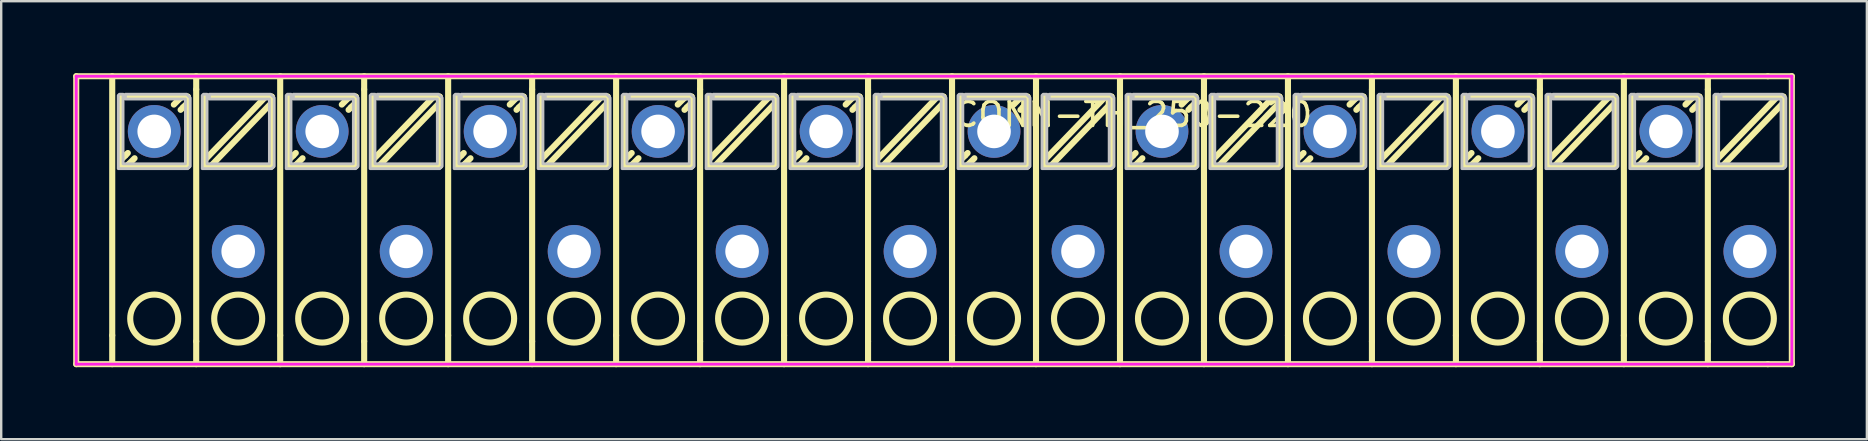
<source format=kicad_pcb>
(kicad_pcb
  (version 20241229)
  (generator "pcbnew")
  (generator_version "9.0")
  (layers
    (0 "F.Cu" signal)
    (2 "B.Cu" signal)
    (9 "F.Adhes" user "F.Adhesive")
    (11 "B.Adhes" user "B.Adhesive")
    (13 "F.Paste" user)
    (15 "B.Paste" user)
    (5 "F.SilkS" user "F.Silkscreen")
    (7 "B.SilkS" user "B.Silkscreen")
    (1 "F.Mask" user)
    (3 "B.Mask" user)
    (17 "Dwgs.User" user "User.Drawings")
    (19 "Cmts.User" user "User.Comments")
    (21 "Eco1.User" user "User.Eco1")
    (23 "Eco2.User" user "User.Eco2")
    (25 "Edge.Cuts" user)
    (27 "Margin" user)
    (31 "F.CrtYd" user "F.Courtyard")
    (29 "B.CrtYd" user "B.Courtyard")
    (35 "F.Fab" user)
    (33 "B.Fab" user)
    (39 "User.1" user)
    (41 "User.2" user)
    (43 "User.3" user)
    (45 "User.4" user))
  (footprint "CONN-TH_250-220"
    (layer "F.Cu")
    (at 36.627 4.927)
    (property "Reference" "CONN-TH_250-220" (at 0 -3.207 0) (layer "F.SilkS") (effects (font (size 1 1) (thickness 0.15)) (justify left)))
    (attr through_hole)
    (fp_line (start -36.5 -4.8) (end 34 -4.8) (stroke (width 0.254) (type solid)) (layer "F.SilkS"))
    (fp_line (start -36.5 7.2) (end -36.5 -4.8) (stroke (width 0.254) (type solid)) (layer "F.SilkS"))
    (fp_line (start -36.5 7.2) (end 34 7.2) (stroke (width 0.254) (type solid)) (layer "F.SilkS"))
    (fp_line (start -35 6) (end -35 -4.8) (stroke (width 0.254) (type solid)) (layer "F.SilkS"))
    (fp_line (start -35 6) (end -35 7.2) (stroke (width 0.254) (type solid)) (layer "F.SilkS"))
    (fp_line (start -34.65 -3.95) (end -31.85 -3.95) (stroke (width 0.254) (type solid)) (layer "F.SilkS"))
    (fp_line (start -34.65 -1.05) (end -34.65 -3.95) (stroke (width 0.254) (type solid)) (layer "F.SilkS"))
    (fp_line (start -34.45 -1.5) (end -34.614 -1.336) (stroke (width 0.254) (type solid)) (layer "F.SilkS"))
    (fp_line (start -34.35 -1.6) (end -34.45 -1.5) (stroke (width 0.254) (type solid)) (layer "F.SilkS"))
    (fp_line (start -34.35 -1.1) (end -34.068 -1.382) (stroke (width 0.254) (type solid)) (layer "F.SilkS"))
    (fp_line (start -34.332 -1.118) (end -34.35 -1.1) (stroke (width 0.254) (type solid)) (layer "F.SilkS"))
    (fp_line (start -32.168 -3.882) (end -32.15 -3.9) (stroke (width 0.254) (type solid)) (layer "F.SilkS"))
    (fp_line (start -32.15 -3.9) (end -32.432 -3.618) (stroke (width 0.254) (type solid)) (layer "F.SilkS"))
    (fp_line (start -32.15 -3.4) (end -32.05 -3.5) (stroke (width 0.254) (type solid)) (layer "F.SilkS"))
    (fp_line (start -32.05 -3.5) (end -31.886 -3.664) (stroke (width 0.254) (type solid)) (layer "F.SilkS"))
    (fp_line (start -31.85 -3.95) (end -31.85 -1.05) (stroke (width 0.254) (type solid)) (layer "F.SilkS"))
    (fp_line (start -31.85 -1.05) (end -34.65 -1.05) (stroke (width 0.254) (type solid)) (layer "F.SilkS"))
    (fp_line (start -31.5 -4.25) (end -31.5 -4.8) (stroke (width 0.254) (type solid)) (layer "F.SilkS"))
    (fp_line (start -31.5 -4.25) (end -31.5 6.25) (stroke (width 0.254) (type solid)) (layer "F.SilkS"))
    (fp_line (start -31.5 6.25) (end -31.5 7.2) (stroke (width 0.254) (type solid)) (layer "F.SilkS"))
    (fp_line (start -31.15 -3.95) (end -28.35 -3.95) (stroke (width 0.254) (type solid)) (layer "F.SilkS"))
    (fp_line (start -31.15 -1.05) (end -31.15 -3.95) (stroke (width 0.254) (type solid)) (layer "F.SilkS"))
    (fp_line (start -30.85 -1.1) (end -28.35 -3.7) (stroke (width 0.254) (type solid)) (layer "F.SilkS"))
    (fp_line (start -28.65 -3.9) (end -31.15 -1.3) (stroke (width 0.254) (type solid)) (layer "F.SilkS"))
    (fp_line (start -28.35 -3.95) (end -28.35 -1.05) (stroke (width 0.254) (type solid)) (layer "F.SilkS"))
    (fp_line (start -28.35 -3.7) (end -28.351 -3.701) (stroke (width 0.254) (type solid)) (layer "F.SilkS"))
    (fp_line (start -28.35 -1.05) (end -31.15 -1.05) (stroke (width 0.254) (type solid)) (layer "F.SilkS"))
    (fp_line (start -28 6) (end -28 -4.8) (stroke (width 0.254) (type solid)) (layer "F.SilkS"))
    (fp_line (start -28 6) (end -28 7.2) (stroke (width 0.254) (type solid)) (layer "F.SilkS"))
    (fp_line (start -27.65 -3.95) (end -24.85 -3.95) (stroke (width 0.254) (type solid)) (layer "F.SilkS"))
    (fp_line (start -27.65 -1.05) (end -27.65 -3.95) (stroke (width 0.254) (type solid)) (layer "F.SilkS"))
    (fp_line (start -27.45 -1.5) (end -27.614 -1.336) (stroke (width 0.254) (type solid)) (layer "F.SilkS"))
    (fp_line (start -27.35 -1.6) (end -27.45 -1.5) (stroke (width 0.254) (type solid)) (layer "F.SilkS"))
    (fp_line (start -27.35 -1.1) (end -27.068 -1.382) (stroke (width 0.254) (type solid)) (layer "F.SilkS"))
    (fp_line (start -27.332 -1.118) (end -27.35 -1.1) (stroke (width 0.254) (type solid)) (layer "F.SilkS"))
    (fp_line (start -25.168 -3.882) (end -25.15 -3.9) (stroke (width 0.254) (type solid)) (layer "F.SilkS"))
    (fp_line (start -25.15 -3.9) (end -25.432 -3.618) (stroke (width 0.254) (type solid)) (layer "F.SilkS"))
    (fp_line (start -25.15 -3.4) (end -25.05 -3.5) (stroke (width 0.254) (type solid)) (layer "F.SilkS"))
    (fp_line (start -25.05 -3.5) (end -24.886 -3.664) (stroke (width 0.254) (type solid)) (layer "F.SilkS"))
    (fp_line (start -24.85 -3.95) (end -24.85 -1.05) (stroke (width 0.254) (type solid)) (layer "F.SilkS"))
    (fp_line (start -24.85 -1.05) (end -27.65 -1.05) (stroke (width 0.254) (type solid)) (layer "F.SilkS"))
    (fp_line (start -24.5 -4.25) (end -24.5 -4.8) (stroke (width 0.254) (type solid)) (layer "F.SilkS"))
    (fp_line (start -24.5 -4.25) (end -24.5 6.25) (stroke (width 0.254) (type solid)) (layer "F.SilkS"))
    (fp_line (start -24.5 6.25) (end -24.5 7.2) (stroke (width 0.254) (type solid)) (layer "F.SilkS"))
    (fp_line (start -24.15 -3.95) (end -21.35 -3.95) (stroke (width 0.254) (type solid)) (layer "F.SilkS"))
    (fp_line (start -24.15 -1.05) (end -24.15 -3.95) (stroke (width 0.254) (type solid)) (layer "F.SilkS"))
    (fp_line (start -23.85 -1.1) (end -21.35 -3.7) (stroke (width 0.254) (type solid)) (layer "F.SilkS"))
    (fp_line (start -21.65 -3.9) (end -24.15 -1.3) (stroke (width 0.254) (type solid)) (layer "F.SilkS"))
    (fp_line (start -21.35 -3.95) (end -21.35 -1.05) (stroke (width 0.254) (type solid)) (layer "F.SilkS"))
    (fp_line (start -21.35 -3.7) (end -21.351 -3.701) (stroke (width 0.254) (type solid)) (layer "F.SilkS"))
    (fp_line (start -21.35 -1.05) (end -24.15 -1.05) (stroke (width 0.254) (type solid)) (layer "F.SilkS"))
    (fp_line (start -21 6) (end -21 -4.8) (stroke (width 0.254) (type solid)) (layer "F.SilkS"))
    (fp_line (start -21 6) (end -21 7.2) (stroke (width 0.254) (type solid)) (layer "F.SilkS"))
    (fp_line (start -20.65 -3.95) (end -17.85 -3.95) (stroke (width 0.254) (type solid)) (layer "F.SilkS"))
    (fp_line (start -20.65 -1.05) (end -20.65 -3.95) (stroke (width 0.254) (type solid)) (layer "F.SilkS"))
    (fp_line (start -20.45 -1.5) (end -20.614 -1.336) (stroke (width 0.254) (type solid)) (layer "F.SilkS"))
    (fp_line (start -20.35 -1.6) (end -20.45 -1.5) (stroke (width 0.254) (type solid)) (layer "F.SilkS"))
    (fp_line (start -20.35 -1.1) (end -20.068 -1.382) (stroke (width 0.254) (type solid)) (layer "F.SilkS"))
    (fp_line (start -20.332 -1.118) (end -20.35 -1.1) (stroke (width 0.254) (type solid)) (layer "F.SilkS"))
    (fp_line (start -18.168 -3.882) (end -18.15 -3.9) (stroke (width 0.254) (type solid)) (layer "F.SilkS"))
    (fp_line (start -18.15 -3.9) (end -18.432 -3.618) (stroke (width 0.254) (type solid)) (layer "F.SilkS"))
    (fp_line (start -18.15 -3.4) (end -18.05 -3.5) (stroke (width 0.254) (type solid)) (layer "F.SilkS"))
    (fp_line (start -18.05 -3.5) (end -17.886 -3.664) (stroke (width 0.254) (type solid)) (layer "F.SilkS"))
    (fp_line (start -17.85 -3.95) (end -17.85 -1.05) (stroke (width 0.254) (type solid)) (layer "F.SilkS"))
    (fp_line (start -17.85 -1.05) (end -20.65 -1.05) (stroke (width 0.254) (type solid)) (layer "F.SilkS"))
    (fp_line (start -17.5 -4.25) (end -17.5 -4.8) (stroke (width 0.254) (type solid)) (layer "F.SilkS"))
    (fp_line (start -17.5 -4.25) (end -17.5 6.25) (stroke (width 0.254) (type solid)) (layer "F.SilkS"))
    (fp_line (start -17.5 6.25) (end -17.5 7.2) (stroke (width 0.254) (type solid)) (layer "F.SilkS"))
    (fp_line (start -17.15 -3.95) (end -14.35 -3.95) (stroke (width 0.254) (type solid)) (layer "F.SilkS"))
    (fp_line (start -17.15 -1.05) (end -17.15 -3.95) (stroke (width 0.254) (type solid)) (layer "F.SilkS"))
    (fp_line (start -16.85 -1.1) (end -14.35 -3.7) (stroke (width 0.254) (type solid)) (layer "F.SilkS"))
    (fp_line (start -14.65 -3.9) (end -17.15 -1.3) (stroke (width 0.254) (type solid)) (layer "F.SilkS"))
    (fp_line (start -14.35 -3.95) (end -14.35 -1.05) (stroke (width 0.254) (type solid)) (layer "F.SilkS"))
    (fp_line (start -14.35 -3.7) (end -14.351 -3.701) (stroke (width 0.254) (type solid)) (layer "F.SilkS"))
    (fp_line (start -14.35 -1.05) (end -17.15 -1.05) (stroke (width 0.254) (type solid)) (layer "F.SilkS"))
    (fp_line (start -14 6) (end -14 -4.8) (stroke (width 0.254) (type solid)) (layer "F.SilkS"))
    (fp_line (start -14 6) (end -14 7.2) (stroke (width 0.254) (type solid)) (layer "F.SilkS"))
    (fp_line (start -13.65 -3.95) (end -10.85 -3.95) (stroke (width 0.254) (type solid)) (layer "F.SilkS"))
    (fp_line (start -13.65 -1.05) (end -13.65 -3.95) (stroke (width 0.254) (type solid)) (layer "F.SilkS"))
    (fp_line (start -13.45 -1.5) (end -13.614 -1.336) (stroke (width 0.254) (type solid)) (layer "F.SilkS"))
    (fp_line (start -13.35 -1.6) (end -13.45 -1.5) (stroke (width 0.254) (type solid)) (layer "F.SilkS"))
    (fp_line (start -13.35 -1.1) (end -13.068 -1.382) (stroke (width 0.254) (type solid)) (layer "F.SilkS"))
    (fp_line (start -13.332 -1.118) (end -13.35 -1.1) (stroke (width 0.254) (type solid)) (layer "F.SilkS"))
    (fp_line (start -11.168 -3.882) (end -11.15 -3.9) (stroke (width 0.254) (type solid)) (layer "F.SilkS"))
    (fp_line (start -11.15 -3.9) (end -11.432 -3.618) (stroke (width 0.254) (type solid)) (layer "F.SilkS"))
    (fp_line (start -11.15 -3.4) (end -11.05 -3.5) (stroke (width 0.254) (type solid)) (layer "F.SilkS"))
    (fp_line (start -11.05 -3.5) (end -10.886 -3.664) (stroke (width 0.254) (type solid)) (layer "F.SilkS"))
    (fp_line (start -10.85 -3.95) (end -10.85 -1.05) (stroke (width 0.254) (type solid)) (layer "F.SilkS"))
    (fp_line (start -10.85 -1.05) (end -13.65 -1.05) (stroke (width 0.254) (type solid)) (layer "F.SilkS"))
    (fp_line (start -10.5 -4.25) (end -10.5 -4.8) (stroke (width 0.254) (type solid)) (layer "F.SilkS"))
    (fp_line (start -10.5 -4.25) (end -10.5 6.25) (stroke (width 0.254) (type solid)) (layer "F.SilkS"))
    (fp_line (start -10.5 6.25) (end -10.5 7.2) (stroke (width 0.254) (type solid)) (layer "F.SilkS"))
    (fp_line (start -10.15 -3.95) (end -7.35 -3.95) (stroke (width 0.254) (type solid)) (layer "F.SilkS"))
    (fp_line (start -10.15 -1.05) (end -10.15 -3.95) (stroke (width 0.254) (type solid)) (layer "F.SilkS"))
    (fp_line (start -9.85 -1.1) (end -7.35 -3.7) (stroke (width 0.254) (type solid)) (layer "F.SilkS"))
    (fp_line (start -7.65 -3.9) (end -10.15 -1.3) (stroke (width 0.254) (type solid)) (layer "F.SilkS"))
    (fp_line (start -7.35 -3.95) (end -7.35 -1.05) (stroke (width 0.254) (type solid)) (layer "F.SilkS"))
    (fp_line (start -7.35 -3.7) (end -7.351 -3.701) (stroke (width 0.254) (type solid)) (layer "F.SilkS"))
    (fp_line (start -7.35 -1.05) (end -10.15 -1.05) (stroke (width 0.254) (type solid)) (layer "F.SilkS"))
    (fp_line (start -7 6) (end -7 -4.8) (stroke (width 0.254) (type solid)) (layer "F.SilkS"))
    (fp_line (start -7 6) (end -7 7.2) (stroke (width 0.254) (type solid)) (layer "F.SilkS"))
    (fp_line (start -6.65 -3.95) (end -3.85 -3.95) (stroke (width 0.254) (type solid)) (layer "F.SilkS"))
    (fp_line (start -6.65 -1.05) (end -6.65 -3.95) (stroke (width 0.254) (type solid)) (layer "F.SilkS"))
    (fp_line (start -6.45 -1.5) (end -6.614 -1.336) (stroke (width 0.254) (type solid)) (layer "F.SilkS"))
    (fp_line (start -6.35 -1.6) (end -6.45 -1.5) (stroke (width 0.254) (type solid)) (layer "F.SilkS"))
    (fp_line (start -6.35 -1.1) (end -6.068 -1.382) (stroke (width 0.254) (type solid)) (layer "F.SilkS"))
    (fp_line (start -6.332 -1.118) (end -6.35 -1.1) (stroke (width 0.254) (type solid)) (layer "F.SilkS"))
    (fp_line (start -4.168 -3.882) (end -4.15 -3.9) (stroke (width 0.254) (type solid)) (layer "F.SilkS"))
    (fp_line (start -4.15 -3.9) (end -4.432 -3.618) (stroke (width 0.254) (type solid)) (layer "F.SilkS"))
    (fp_line (start -4.15 -3.4) (end -4.05 -3.5) (stroke (width 0.254) (type solid)) (layer "F.SilkS"))
    (fp_line (start -4.05 -3.5) (end -3.886 -3.664) (stroke (width 0.254) (type solid)) (layer "F.SilkS"))
    (fp_line (start -3.85 -3.95) (end -3.85 -1.05) (stroke (width 0.254) (type solid)) (layer "F.SilkS"))
    (fp_line (start -3.85 -1.05) (end -6.65 -1.05) (stroke (width 0.254) (type solid)) (layer "F.SilkS"))
    (fp_line (start -3.5 -4.25) (end -3.5 -4.8) (stroke (width 0.254) (type solid)) (layer "F.SilkS"))
    (fp_line (start -3.5 -4.25) (end -3.5 6.25) (stroke (width 0.254) (type solid)) (layer "F.SilkS"))
    (fp_line (start -3.5 6.25) (end -3.5 7.2) (stroke (width 0.254) (type solid)) (layer "F.SilkS"))
    (fp_line (start -3.15 -3.95) (end -0.35 -3.95) (stroke (width 0.254) (type solid)) (layer "F.SilkS"))
    (fp_line (start -3.15 -1.05) (end -3.15 -3.95) (stroke (width 0.254) (type solid)) (layer "F.SilkS"))
    (fp_line (start -2.85 -1.1) (end -0.35 -3.7) (stroke (width 0.254) (type solid)) (layer "F.SilkS"))
    (fp_line (start -0.65 -3.9) (end -3.15 -1.3) (stroke (width 0.254) (type solid)) (layer "F.SilkS"))
    (fp_line (start -0.35 -3.95) (end -0.35 -1.05) (stroke (width 0.254) (type solid)) (layer "F.SilkS"))
    (fp_line (start -0.35 -3.7) (end -0.351 -3.701) (stroke (width 0.254) (type solid)) (layer "F.SilkS"))
    (fp_line (start -0.35 -1.05) (end -3.15 -1.05) (stroke (width 0.254) (type solid)) (layer "F.SilkS"))
    (fp_line (start 0 6) (end 0 -4.8) (stroke (width 0.254) (type solid)) (layer "F.SilkS"))
    (fp_line (start 0 6) (end 0 7.2) (stroke (width 0.254) (type solid)) (layer "F.SilkS"))
    (fp_line (start 0.35 -3.95) (end 3.15 -3.95) (stroke (width 0.254) (type solid)) (layer "F.SilkS"))
    (fp_line (start 0.35 -1.05) (end 0.35 -3.95) (stroke (width 0.254) (type solid)) (layer "F.SilkS"))
    (fp_line (start 0.55 -1.5) (end 0.386 -1.336) (stroke (width 0.254) (type solid)) (layer "F.SilkS"))
    (fp_line (start 0.65 -1.6) (end 0.55 -1.5) (stroke (width 0.254) (type solid)) (layer "F.SilkS"))
    (fp_line (start 0.65 -1.1) (end 0.932 -1.382) (stroke (width 0.254) (type solid)) (layer "F.SilkS"))
    (fp_line (start 0.668 -1.118) (end 0.65 -1.1) (stroke (width 0.254) (type solid)) (layer "F.SilkS"))
    (fp_line (start 2.832 -3.882) (end 2.85 -3.9) (stroke (width 0.254) (type solid)) (layer "F.SilkS"))
    (fp_line (start 2.85 -3.9) (end 2.568 -3.618) (stroke (width 0.254) (type solid)) (layer "F.SilkS"))
    (fp_line (start 2.85 -3.4) (end 2.95 -3.5) (stroke (width 0.254) (type solid)) (layer "F.SilkS"))
    (fp_line (start 2.95 -3.5) (end 3.114 -3.664) (stroke (width 0.254) (type solid)) (layer "F.SilkS"))
    (fp_line (start 3.15 -3.95) (end 3.15 -1.05) (stroke (width 0.254) (type solid)) (layer "F.SilkS"))
    (fp_line (start 3.15 -1.05) (end 0.35 -1.05) (stroke (width 0.254) (type solid)) (layer "F.SilkS"))
    (fp_line (start 3.5 -4.25) (end 3.5 -4.8) (stroke (width 0.254) (type solid)) (layer "F.SilkS"))
    (fp_line (start 3.5 -4.25) (end 3.5 6.25) (stroke (width 0.254) (type solid)) (layer "F.SilkS"))
    (fp_line (start 3.5 6.25) (end 3.5 7.2) (stroke (width 0.254) (type solid)) (layer "F.SilkS"))
    (fp_line (start 3.85 -3.95) (end 6.65 -3.95) (stroke (width 0.254) (type solid)) (layer "F.SilkS"))
    (fp_line (start 3.85 -1.05) (end 3.85 -3.95) (stroke (width 0.254) (type solid)) (layer "F.SilkS"))
    (fp_line (start 4.15 -1.1) (end 6.65 -3.7) (stroke (width 0.254) (type solid)) (layer "F.SilkS"))
    (fp_line (start 6.35 -3.9) (end 3.85 -1.3) (stroke (width 0.254) (type solid)) (layer "F.SilkS"))
    (fp_line (start 6.65 -3.95) (end 6.65 -1.05) (stroke (width 0.254) (type solid)) (layer "F.SilkS"))
    (fp_line (start 6.65 -3.7) (end 6.649 -3.701) (stroke (width 0.254) (type solid)) (layer "F.SilkS"))
    (fp_line (start 6.65 -1.05) (end 3.85 -1.05) (stroke (width 0.254) (type solid)) (layer "F.SilkS"))
    (fp_line (start 7 6) (end 7 -4.8) (stroke (width 0.254) (type solid)) (layer "F.SilkS"))
    (fp_line (start 7 6) (end 7 7.2) (stroke (width 0.254) (type solid)) (layer "F.SilkS"))
    (fp_line (start 7.35 -3.95) (end 10.15 -3.95) (stroke (width 0.254) (type solid)) (layer "F.SilkS"))
    (fp_line (start 7.35 -1.05) (end 7.35 -3.95) (stroke (width 0.254) (type solid)) (layer "F.SilkS"))
    (fp_line (start 7.55 -1.5) (end 7.386 -1.336) (stroke (width 0.254) (type solid)) (layer "F.SilkS"))
    (fp_line (start 7.65 -1.6) (end 7.55 -1.5) (stroke (width 0.254) (type solid)) (layer "F.SilkS"))
    (fp_line (start 7.65 -1.1) (end 7.932 -1.382) (stroke (width 0.254) (type solid)) (layer "F.SilkS"))
    (fp_line (start 7.668 -1.118) (end 7.65 -1.1) (stroke (width 0.254) (type solid)) (layer "F.SilkS"))
    (fp_line (start 9.832 -3.882) (end 9.85 -3.9) (stroke (width 0.254) (type solid)) (layer "F.SilkS"))
    (fp_line (start 9.85 -3.9) (end 9.568 -3.618) (stroke (width 0.254) (type solid)) (layer "F.SilkS"))
    (fp_line (start 9.85 -3.4) (end 9.95 -3.5) (stroke (width 0.254) (type solid)) (layer "F.SilkS"))
    (fp_line (start 9.95 -3.5) (end 10.114 -3.664) (stroke (width 0.254) (type solid)) (layer "F.SilkS"))
    (fp_line (start 10.15 -3.95) (end 10.15 -1.05) (stroke (width 0.254) (type solid)) (layer "F.SilkS"))
    (fp_line (start 10.15 -1.05) (end 7.35 -1.05) (stroke (width 0.254) (type solid)) (layer "F.SilkS"))
    (fp_line (start 10.5 -4.25) (end 10.5 -4.8) (stroke (width 0.254) (type solid)) (layer "F.SilkS"))
    (fp_line (start 10.5 -4.25) (end 10.5 6.25) (stroke (width 0.254) (type solid)) (layer "F.SilkS"))
    (fp_line (start 10.5 6.25) (end 10.5 7.2) (stroke (width 0.254) (type solid)) (layer "F.SilkS"))
    (fp_line (start 10.85 -3.95) (end 13.65 -3.95) (stroke (width 0.254) (type solid)) (layer "F.SilkS"))
    (fp_line (start 10.85 -1.05) (end 10.85 -3.95) (stroke (width 0.254) (type solid)) (layer "F.SilkS"))
    (fp_line (start 11.15 -1.1) (end 13.65 -3.7) (stroke (width 0.254) (type solid)) (layer "F.SilkS"))
    (fp_line (start 13.35 -3.9) (end 10.85 -1.3) (stroke (width 0.254) (type solid)) (layer "F.SilkS"))
    (fp_line (start 13.65 -3.95) (end 13.65 -1.05) (stroke (width 0.254) (type solid)) (layer "F.SilkS"))
    (fp_line (start 13.65 -3.7) (end 13.649 -3.701) (stroke (width 0.254) (type solid)) (layer "F.SilkS"))
    (fp_line (start 13.65 -1.05) (end 10.85 -1.05) (stroke (width 0.254) (type solid)) (layer "F.SilkS"))
    (fp_line (start 14 6) (end 14 -4.8) (stroke (width 0.254) (type solid)) (layer "F.SilkS"))
    (fp_line (start 14 6) (end 14 7.2) (stroke (width 0.254) (type solid)) (layer "F.SilkS"))
    (fp_line (start 14.35 -3.95) (end 17.15 -3.95) (stroke (width 0.254) (type solid)) (layer "F.SilkS"))
    (fp_line (start 14.35 -1.05) (end 14.35 -3.95) (stroke (width 0.254) (type solid)) (layer "F.SilkS"))
    (fp_line (start 14.55 -1.5) (end 14.386 -1.336) (stroke (width 0.254) (type solid)) (layer "F.SilkS"))
    (fp_line (start 14.65 -1.6) (end 14.55 -1.5) (stroke (width 0.254) (type solid)) (layer "F.SilkS"))
    (fp_line (start 14.65 -1.1) (end 14.932 -1.382) (stroke (width 0.254) (type solid)) (layer "F.SilkS"))
    (fp_line (start 14.668 -1.118) (end 14.65 -1.1) (stroke (width 0.254) (type solid)) (layer "F.SilkS"))
    (fp_line (start 16.832 -3.882) (end 16.85 -3.9) (stroke (width 0.254) (type solid)) (layer "F.SilkS"))
    (fp_line (start 16.85 -3.9) (end 16.568 -3.618) (stroke (width 0.254) (type solid)) (layer "F.SilkS"))
    (fp_line (start 16.85 -3.4) (end 16.95 -3.5) (stroke (width 0.254) (type solid)) (layer "F.SilkS"))
    (fp_line (start 16.95 -3.5) (end 17.114 -3.664) (stroke (width 0.254) (type solid)) (layer "F.SilkS"))
    (fp_line (start 17.15 -3.95) (end 17.15 -1.05) (stroke (width 0.254) (type solid)) (layer "F.SilkS"))
    (fp_line (start 17.15 -1.05) (end 14.35 -1.05) (stroke (width 0.254) (type solid)) (layer "F.SilkS"))
    (fp_line (start 17.5 -4.25) (end 17.5 -4.8) (stroke (width 0.254) (type solid)) (layer "F.SilkS"))
    (fp_line (start 17.5 -4.25) (end 17.5 6.25) (stroke (width 0.254) (type solid)) (layer "F.SilkS"))
    (fp_line (start 17.5 6.25) (end 17.5 7.2) (stroke (width 0.254) (type solid)) (layer "F.SilkS"))
    (fp_line (start 17.85 -3.95) (end 20.65 -3.95) (stroke (width 0.254) (type solid)) (layer "F.SilkS"))
    (fp_line (start 17.85 -1.05) (end 17.85 -3.95) (stroke (width 0.254) (type solid)) (layer "F.SilkS"))
    (fp_line (start 18.15 -1.1) (end 20.65 -3.7) (stroke (width 0.254) (type solid)) (layer "F.SilkS"))
    (fp_line (start 20.35 -3.9) (end 17.85 -1.3) (stroke (width 0.254) (type solid)) (layer "F.SilkS"))
    (fp_line (start 20.65 -3.95) (end 20.65 -1.05) (stroke (width 0.254) (type solid)) (layer "F.SilkS"))
    (fp_line (start 20.65 -3.7) (end 20.649 -3.701) (stroke (width 0.254) (type solid)) (layer "F.SilkS"))
    (fp_line (start 20.65 -1.05) (end 17.85 -1.05) (stroke (width 0.254) (type solid)) (layer "F.SilkS"))
    (fp_line (start 21 6) (end 21 -4.8) (stroke (width 0.254) (type solid)) (layer "F.SilkS"))
    (fp_line (start 21 6) (end 21 7.2) (stroke (width 0.254) (type solid)) (layer "F.SilkS"))
    (fp_line (start 21.35 -3.95) (end 24.15 -3.95) (stroke (width 0.254) (type solid)) (layer "F.SilkS"))
    (fp_line (start 21.35 -1.05) (end 21.35 -3.95) (stroke (width 0.254) (type solid)) (layer "F.SilkS"))
    (fp_line (start 21.55 -1.5) (end 21.386 -1.336) (stroke (width 0.254) (type solid)) (layer "F.SilkS"))
    (fp_line (start 21.65 -1.6) (end 21.55 -1.5) (stroke (width 0.254) (type solid)) (layer "F.SilkS"))
    (fp_line (start 21.65 -1.1) (end 21.932 -1.382) (stroke (width 0.254) (type solid)) (layer "F.SilkS"))
    (fp_line (start 21.668 -1.118) (end 21.65 -1.1) (stroke (width 0.254) (type solid)) (layer "F.SilkS"))
    (fp_line (start 23.832 -3.882) (end 23.85 -3.9) (stroke (width 0.254) (type solid)) (layer "F.SilkS"))
    (fp_line (start 23.85 -3.9) (end 23.568 -3.618) (stroke (width 0.254) (type solid)) (layer "F.SilkS"))
    (fp_line (start 23.85 -3.4) (end 23.95 -3.5) (stroke (width 0.254) (type solid)) (layer "F.SilkS"))
    (fp_line (start 23.95 -3.5) (end 24.114 -3.664) (stroke (width 0.254) (type solid)) (layer "F.SilkS"))
    (fp_line (start 24.15 -3.95) (end 24.15 -1.05) (stroke (width 0.254) (type solid)) (layer "F.SilkS"))
    (fp_line (start 24.15 -1.05) (end 21.35 -1.05) (stroke (width 0.254) (type solid)) (layer "F.SilkS"))
    (fp_line (start 24.5 -4.25) (end 24.5 -4.8) (stroke (width 0.254) (type solid)) (layer "F.SilkS"))
    (fp_line (start 24.5 -4.25) (end 24.5 6.25) (stroke (width 0.254) (type solid)) (layer "F.SilkS"))
    (fp_line (start 24.5 6.25) (end 24.5 7.2) (stroke (width 0.254) (type solid)) (layer "F.SilkS"))
    (fp_line (start 24.85 -3.95) (end 27.65 -3.95) (stroke (width 0.254) (type solid)) (layer "F.SilkS"))
    (fp_line (start 24.85 -1.05) (end 24.85 -3.95) (stroke (width 0.254) (type solid)) (layer "F.SilkS"))
    (fp_line (start 25.15 -1.1) (end 27.65 -3.7) (stroke (width 0.254) (type solid)) (layer "F.SilkS"))
    (fp_line (start 27.35 -3.9) (end 24.85 -1.3) (stroke (width 0.254) (type solid)) (layer "F.SilkS"))
    (fp_line (start 27.65 -3.95) (end 27.65 -1.05) (stroke (width 0.254) (type solid)) (layer "F.SilkS"))
    (fp_line (start 27.65 -3.7) (end 27.649 -3.701) (stroke (width 0.254) (type solid)) (layer "F.SilkS"))
    (fp_line (start 27.65 -1.05) (end 24.85 -1.05) (stroke (width 0.254) (type solid)) (layer "F.SilkS"))
    (fp_line (start 28 6) (end 28 -4.8) (stroke (width 0.254) (type solid)) (layer "F.SilkS"))
    (fp_line (start 28 6) (end 28 7.2) (stroke (width 0.254) (type solid)) (layer "F.SilkS"))
    (fp_line (start 28.35 -3.95) (end 31.15 -3.95) (stroke (width 0.254) (type solid)) (layer "F.SilkS"))
    (fp_line (start 28.35 -1.05) (end 28.35 -3.95) (stroke (width 0.254) (type solid)) (layer "F.SilkS"))
    (fp_line (start 28.55 -1.5) (end 28.386 -1.336) (stroke (width 0.254) (type solid)) (layer "F.SilkS"))
    (fp_line (start 28.65 -1.6) (end 28.55 -1.5) (stroke (width 0.254) (type solid)) (layer "F.SilkS"))
    (fp_line (start 28.65 -1.1) (end 28.932 -1.382) (stroke (width 0.254) (type solid)) (layer "F.SilkS"))
    (fp_line (start 28.668 -1.118) (end 28.65 -1.1) (stroke (width 0.254) (type solid)) (layer "F.SilkS"))
    (fp_line (start 30.832 -3.882) (end 30.85 -3.9) (stroke (width 0.254) (type solid)) (layer "F.SilkS"))
    (fp_line (start 30.85 -3.9) (end 30.568 -3.618) (stroke (width 0.254) (type solid)) (layer "F.SilkS"))
    (fp_line (start 30.85 -3.4) (end 30.95 -3.5) (stroke (width 0.254) (type solid)) (layer "F.SilkS"))
    (fp_line (start 30.95 -3.5) (end 31.114 -3.664) (stroke (width 0.254) (type solid)) (layer "F.SilkS"))
    (fp_line (start 31.15 -3.95) (end 31.15 -1.05) (stroke (width 0.254) (type solid)) (layer "F.SilkS"))
    (fp_line (start 31.15 -1.05) (end 28.35 -1.05) (stroke (width 0.254) (type solid)) (layer "F.SilkS"))
    (fp_line (start 31.5 -4.25) (end 31.5 -4.8) (stroke (width 0.254) (type solid)) (layer "F.SilkS"))
    (fp_line (start 31.5 -4.25) (end 31.5 6.25) (stroke (width 0.254) (type solid)) (layer "F.SilkS"))
    (fp_line (start 31.5 6.25) (end 31.5 7.2) (stroke (width 0.254) (type solid)) (layer "F.SilkS"))
    (fp_line (start 31.85 -3.95) (end 34.65 -3.95) (stroke (width 0.254) (type solid)) (layer "F.SilkS"))
    (fp_line (start 31.85 -1.05) (end 31.85 -3.95) (stroke (width 0.254) (type solid)) (layer "F.SilkS"))
    (fp_line (start 32.15 -1.1) (end 34.65 -3.7) (stroke (width 0.254) (type solid)) (layer "F.SilkS"))
    (fp_line (start 34 -4.8) (end 35 -4.8) (stroke (width 0.254) (type solid)) (layer "F.SilkS"))
    (fp_line (start 34 7.2) (end 35 7.2) (stroke (width 0.254) (type solid)) (layer "F.SilkS"))
    (fp_line (start 34.35 -3.9) (end 31.85 -1.3) (stroke (width 0.254) (type solid)) (layer "F.SilkS"))
    (fp_line (start 34.65 -3.95) (end 34.65 -1.05) (stroke (width 0.254) (type solid)) (layer "F.SilkS"))
    (fp_line (start 34.65 -3.7) (end 34.649 -3.701) (stroke (width 0.254) (type solid)) (layer "F.SilkS"))
    (fp_line (start 34.65 -1.05) (end 31.85 -1.05) (stroke (width 0.254) (type solid)) (layer "F.SilkS"))
    (fp_line (start 35 7.2) (end 35 -4.8) (stroke (width 0.254) (type solid)) (layer "F.SilkS"))
    (fp_circle (center -33.25 5.3) (end -32.25 5.3) (stroke (width 0.254) (type solid)) (fill no) (layer "F.SilkS"))
    (fp_circle (center -29.75 5.3) (end -28.75 5.3) (stroke (width 0.254) (type solid)) (fill no) (layer "F.SilkS"))
    (fp_circle (center -26.25 5.3) (end -25.25 5.3) (stroke (width 0.254) (type solid)) (fill no) (layer "F.SilkS"))
    (fp_circle (center -22.75 5.3) (end -21.75 5.3) (stroke (width 0.254) (type solid)) (fill no) (layer "F.SilkS"))
    (fp_circle (center -19.25 5.3) (end -18.25 5.3) (stroke (width 0.254) (type solid)) (fill no) (layer "F.SilkS"))
    (fp_circle (center -15.75 5.3) (end -14.75 5.3) (stroke (width 0.254) (type solid)) (fill no) (layer "F.SilkS"))
    (fp_circle (center -12.25 5.3) (end -11.25 5.3) (stroke (width 0.254) (type solid)) (fill no) (layer "F.SilkS"))
    (fp_circle (center -8.75 5.3) (end -7.75 5.3) (stroke (width 0.254) (type solid)) (fill no) (layer "F.SilkS"))
    (fp_circle (center -5.25 5.3) (end -4.25 5.3) (stroke (width 0.254) (type solid)) (fill no) (layer "F.SilkS"))
    (fp_circle (center -1.75 5.3) (end -0.75 5.3) (stroke (width 0.254) (type solid)) (fill no) (layer "F.SilkS"))
    (fp_circle (center 1.75 5.3) (end 2.75 5.3) (stroke (width 0.254) (type solid)) (fill no) (layer "F.SilkS"))
    (fp_circle (center 5.25 5.3) (end 6.25 5.3) (stroke (width 0.254) (type solid)) (fill no) (layer "F.SilkS"))
    (fp_circle (center 8.75 5.3) (end 9.75 5.3) (stroke (width 0.254) (type solid)) (fill no) (layer "F.SilkS"))
    (fp_circle (center 12.25 5.3) (end 13.25 5.3) (stroke (width 0.254) (type solid)) (fill no) (layer "F.SilkS"))
    (fp_circle (center 15.75 5.3) (end 16.75 5.3) (stroke (width 0.254) (type solid)) (fill no) (layer "F.SilkS"))
    (fp_circle (center 19.25 5.3) (end 20.25 5.3) (stroke (width 0.254) (type solid)) (fill no) (layer "F.SilkS"))
    (fp_circle (center 22.75 5.3) (end 23.75 5.3) (stroke (width 0.254) (type solid)) (fill no) (layer "F.SilkS"))
    (fp_circle (center 26.25 5.3) (end 27.25 5.3) (stroke (width 0.254) (type solid)) (fill no) (layer "F.SilkS"))
    (fp_circle (center 29.75 5.3) (end 30.75 5.3) (stroke (width 0.254) (type solid)) (fill no) (layer "F.SilkS"))
    (fp_circle (center 33.25 5.3) (end 34.25 5.3) (stroke (width 0.254) (type solid)) (fill no) (layer "F.SilkS"))
    (fp_poly (pts (xy -34.549 -3.85) (xy -34.549 -1.15) (xy -31.949 -1.15) (xy -31.949 -3.85) (xy -34.449 -3.85) (xy -34.449 -4.05) (xy -31.899 -4.05) (xy -31.749 -3.9) (xy -31.749 -1.05) (xy -31.849 -0.95) (xy -34.749 -0.95) (xy -34.749 -4) (xy -34.699 -4.05) (xy -34.549 -4.05)) (stroke (width 0.12) (type solid)) (fill no) (layer "Dwgs.User"))
    (fp_poly (pts (xy -31.049 -3.85) (xy -31.049 -1.149) (xy -28.449 -1.149) (xy -28.449 -3.85) (xy -30.949 -3.85) (xy -30.949 -4.049) (xy -28.399 -4.049) (xy -28.249 -3.9) (xy -28.249 -1.05) (xy -28.349 -0.95) (xy -31.249 -0.95) (xy -31.249 -4) (xy -31.199 -4.049) (xy -31.049 -4.049)) (stroke (width 0.12) (type solid)) (fill no) (layer "Dwgs.User"))
    (fp_poly (pts (xy -27.55 -3.85) (xy -27.55 -1.15) (xy -24.95 -1.15) (xy -24.95 -3.85) (xy -27.45 -3.85) (xy -27.45 -4.05) (xy -24.9 -4.05) (xy -24.75 -3.9) (xy -24.75 -1.05) (xy -24.85 -0.95) (xy -27.75 -0.95) (xy -27.75 -4) (xy -27.7 -4.05) (xy -27.55 -4.05)) (stroke (width 0.12) (type solid)) (fill no) (layer "Dwgs.User"))
    (fp_poly (pts (xy -24.05 -3.85) (xy -24.05 -1.15) (xy -21.45 -1.15) (xy -21.45 -3.85) (xy -23.95 -3.85) (xy -23.95 -4.05) (xy -21.4 -4.05) (xy -21.25 -3.9) (xy -21.25 -1.05) (xy -21.35 -0.95) (xy -24.25 -0.95) (xy -24.25 -4) (xy -24.2 -4.05) (xy -24.05 -4.05)) (stroke (width 0.12) (type solid)) (fill no) (layer "Dwgs.User"))
    (fp_poly (pts (xy -20.55 -3.85) (xy -20.55 -1.15) (xy -17.95 -1.15) (xy -17.95 -3.85) (xy -20.45 -3.85) (xy -20.45 -4.05) (xy -17.9 -4.05) (xy -17.75 -3.9) (xy -17.75 -1.05) (xy -17.85 -0.95) (xy -20.75 -0.95) (xy -20.75 -4) (xy -20.7 -4.05) (xy -20.55 -4.05)) (stroke (width 0.12) (type solid)) (fill no) (layer "Dwgs.User"))
    (fp_poly (pts (xy -17.05 -3.85) (xy -17.05 -1.15) (xy -14.45 -1.15) (xy -14.45 -3.85) (xy -16.95 -3.85) (xy -16.95 -4.05) (xy -14.4 -4.05) (xy -14.25 -3.9) (xy -14.25 -1.05) (xy -14.35 -0.95) (xy -17.25 -0.95) (xy -17.25 -4) (xy -17.2 -4.05) (xy -17.05 -4.05)) (stroke (width 0.12) (type solid)) (fill no) (layer "Dwgs.User"))
    (fp_poly (pts (xy -13.55 -3.85) (xy -13.55 -1.15) (xy -10.95 -1.15) (xy -10.95 -3.85) (xy -13.45 -3.85) (xy -13.45 -4.05) (xy -10.9 -4.05) (xy -10.75 -3.9) (xy -10.75 -1.05) (xy -10.85 -0.95) (xy -13.75 -0.95) (xy -13.75 -4) (xy -13.7 -4.05) (xy -13.55 -4.05)) (stroke (width 0.12) (type solid)) (fill no) (layer "Dwgs.User"))
    (fp_poly (pts (xy -10.05 -3.85) (xy -10.05 -1.15) (xy -7.45 -1.15) (xy -7.45 -3.85) (xy -9.95 -3.85) (xy -9.95 -4.05) (xy -7.4 -4.05) (xy -7.25 -3.9) (xy -7.25 -1.05) (xy -7.35 -0.95) (xy -10.25 -0.95) (xy -10.25 -4) (xy -10.2 -4.05) (xy -10.05 -4.05)) (stroke (width 0.12) (type solid)) (fill no) (layer "Dwgs.User"))
    (fp_poly (pts (xy -6.55 -3.85) (xy -6.55 -1.15) (xy -3.95 -1.15) (xy -3.95 -3.85) (xy -6.45 -3.85) (xy -6.45 -4.05) (xy -3.9 -4.05) (xy -3.75 -3.9) (xy -3.75 -1.05) (xy -3.85 -0.95) (xy -6.75 -0.95) (xy -6.75 -4) (xy -6.7 -4.05) (xy -6.55 -4.05)) (stroke (width 0.12) (type solid)) (fill no) (layer "Dwgs.User"))
    (fp_poly (pts (xy -3.05 -3.85) (xy -3.05 -1.15) (xy -0.45 -1.15) (xy -0.45 -3.85) (xy -2.95 -3.85) (xy -2.95 -4.05) (xy -0.4 -4.05) (xy -0.25 -3.9) (xy -0.25 -1.05) (xy -0.35 -0.95) (xy -3.25 -0.95) (xy -3.25 -4) (xy -3.2 -4.05) (xy -3.05 -4.05)) (stroke (width 0.12) (type solid)) (fill no) (layer "Dwgs.User"))
    (fp_poly (pts (xy 0.45 -3.85) (xy 0.45 -1.15) (xy 3.05 -1.15) (xy 3.05 -3.85) (xy 0.55 -3.85) (xy 0.55 -4.05) (xy 3.1 -4.05) (xy 3.25 -3.9) (xy 3.25 -1.05) (xy 3.15 -0.95) (xy 0.25 -0.95) (xy 0.25 -4) (xy 0.3 -4.05) (xy 0.45 -4.05)) (stroke (width 0.12) (type solid)) (fill no) (layer "Dwgs.User"))
    (fp_poly (pts (xy 3.95 -3.85) (xy 3.95 -1.15) (xy 6.55 -1.15) (xy 6.55 -3.85) (xy 4.05 -3.85) (xy 4.05 -4.05) (xy 6.6 -4.05) (xy 6.75 -3.9) (xy 6.75 -1.05) (xy 6.65 -0.95) (xy 3.75 -0.95) (xy 3.75 -4) (xy 3.8 -4.05) (xy 3.95 -4.05)) (stroke (width 0.12) (type solid)) (fill no) (layer "Dwgs.User"))
    (fp_poly (pts (xy 7.45 -3.85) (xy 7.45 -1.15) (xy 10.05 -1.15) (xy 10.05 -3.85) (xy 7.55 -3.85) (xy 7.55 -4.05) (xy 10.1 -4.05) (xy 10.25 -3.9) (xy 10.25 -1.05) (xy 10.15 -0.95) (xy 7.25 -0.95) (xy 7.25 -4) (xy 7.3 -4.05) (xy 7.45 -4.05)) (stroke (width 0.12) (type solid)) (fill no) (layer "Dwgs.User"))
    (fp_poly (pts (xy 10.95 -3.85) (xy 10.95 -1.15) (xy 13.55 -1.15) (xy 13.55 -3.85) (xy 11.05 -3.85) (xy 11.05 -4.05) (xy 13.6 -4.05) (xy 13.75 -3.9) (xy 13.75 -1.05) (xy 13.65 -0.95) (xy 10.75 -0.95) (xy 10.75 -4) (xy 10.8 -4.05) (xy 10.95 -4.05)) (stroke (width 0.12) (type solid)) (fill no) (layer "Dwgs.User"))
    (fp_poly (pts (xy 14.45 -3.85) (xy 14.45 -1.15) (xy 17.05 -1.15) (xy 17.05 -3.85) (xy 14.55 -3.85) (xy 14.55 -4.05) (xy 17.1 -4.05) (xy 17.25 -3.9) (xy 17.25 -1.05) (xy 17.15 -0.95) (xy 14.25 -0.95) (xy 14.25 -4) (xy 14.3 -4.05) (xy 14.45 -4.05)) (stroke (width 0.12) (type solid)) (fill no) (layer "Dwgs.User"))
    (fp_poly (pts (xy 17.95 -3.85) (xy 17.95 -1.15) (xy 20.55 -1.15) (xy 20.55 -3.85) (xy 18.05 -3.85) (xy 18.05 -4.05) (xy 20.6 -4.05) (xy 20.75 -3.9) (xy 20.75 -1.05) (xy 20.65 -0.95) (xy 17.75 -0.95) (xy 17.75 -4) (xy 17.8 -4.05) (xy 17.95 -4.05)) (stroke (width 0.12) (type solid)) (fill no) (layer "Dwgs.User"))
    (fp_poly (pts (xy 21.45 -3.85) (xy 21.45 -1.15) (xy 24.05 -1.15) (xy 24.05 -3.85) (xy 21.55 -3.85) (xy 21.55 -4.05) (xy 24.1 -4.05) (xy 24.25 -3.9) (xy 24.25 -1.05) (xy 24.15 -0.95) (xy 21.25 -0.95) (xy 21.25 -4) (xy 21.3 -4.05) (xy 21.45 -4.05)) (stroke (width 0.12) (type solid)) (fill no) (layer "Dwgs.User"))
    (fp_poly (pts (xy 24.95 -3.85) (xy 24.95 -1.15) (xy 27.55 -1.15) (xy 27.55 -3.85) (xy 25.05 -3.85) (xy 25.05 -4.05) (xy 27.6 -4.05) (xy 27.75 -3.9) (xy 27.75 -1.05) (xy 27.65 -0.95) (xy 24.75 -0.95) (xy 24.75 -4) (xy 24.8 -4.05) (xy 24.95 -4.05)) (stroke (width 0.12) (type solid)) (fill no) (layer "Dwgs.User"))
    (fp_poly (pts (xy 28.45 -3.85) (xy 28.45 -1.15) (xy 31.05 -1.15) (xy 31.05 -3.85) (xy 28.55 -3.85) (xy 28.55 -4.05) (xy 31.1 -4.05) (xy 31.25 -3.9) (xy 31.25 -1.05) (xy 31.15 -0.95) (xy 28.25 -0.95) (xy 28.25 -4) (xy 28.3 -4.05) (xy 28.45 -4.05)) (stroke (width 0.12) (type solid)) (fill no) (layer "Dwgs.User"))
    (fp_poly (pts (xy 31.95 -3.85) (xy 31.95 -1.15) (xy 34.55 -1.15) (xy 34.55 -3.85) (xy 32.05 -3.85) (xy 32.05 -4.05) (xy 34.6 -4.05) (xy 34.75 -3.9) (xy 34.75 -1.05) (xy 34.65 -0.95) (xy 31.75 -0.95) (xy 31.75 -4) (xy 31.8 -4.05) (xy 31.95 -4.05)) (stroke (width 0.12) (type solid)) (fill no) (layer "Dwgs.User"))
    (fp_circle (center -36.5 -4.8) (end -36.47 -4.8) (stroke (width 0.06) (type solid)) (fill no) (layer "Eco2.User"))
    (fp_poly (pts (xy -33.625 -2.3) (xy -33.625 -2.7) (xy -32.875 -2.7) (xy -32.875 -2.3)) (stroke (width 0.12) (type solid)) (fill no) (layer "Eco2.User"))
    (fp_poly (pts (xy -30.125 2.7) (xy -30.125 2.3) (xy -29.375 2.3) (xy -29.375 2.7)) (stroke (width 0.12) (type solid)) (fill no) (layer "Eco2.User"))
    (fp_poly (pts (xy -26.625 -2.3) (xy -26.625 -2.7) (xy -25.875 -2.7) (xy -25.875 -2.3)) (stroke (width 0.12) (type solid)) (fill no) (layer "Eco2.User"))
    (fp_poly (pts (xy -23.125 2.7) (xy -23.125 2.3) (xy -22.375 2.3) (xy -22.375 2.7)) (stroke (width 0.12) (type solid)) (fill no) (layer "Eco2.User"))
    (fp_poly (pts (xy -19.625 -2.3) (xy -19.625 -2.7) (xy -18.875 -2.7) (xy -18.875 -2.3)) (stroke (width 0.12) (type solid)) (fill no) (layer "Eco2.User"))
    (fp_poly (pts (xy -16.125 2.7) (xy -16.125 2.3) (xy -15.375 2.3) (xy -15.375 2.7)) (stroke (width 0.12) (type solid)) (fill no) (layer "Eco2.User"))
    (fp_poly (pts (xy -12.625 -2.3) (xy -12.625 -2.7) (xy -11.875 -2.7) (xy -11.875 -2.3)) (stroke (width 0.12) (type solid)) (fill no) (layer "Eco2.User"))
    (fp_poly (pts (xy -9.125 2.7) (xy -9.125 2.3) (xy -8.375 2.3) (xy -8.375 2.7)) (stroke (width 0.12) (type solid)) (fill no) (layer "Eco2.User"))
    (fp_poly (pts (xy -5.625 -2.3) (xy -5.625 -2.7) (xy -4.875 -2.7) (xy -4.875 -2.3)) (stroke (width 0.12) (type solid)) (fill no) (layer "Eco2.User"))
    (fp_poly (pts (xy -2.125 2.7) (xy -2.125 2.3) (xy -1.375 2.3) (xy -1.375 2.7)) (stroke (width 0.12) (type solid)) (fill no) (layer "Eco2.User"))
    (fp_poly (pts (xy 1.375 -2.3) (xy 1.375 -2.7) (xy 2.125 -2.7) (xy 2.125 -2.3)) (stroke (width 0.12) (type solid)) (fill no) (layer "Eco2.User"))
    (fp_poly (pts (xy 4.875 2.7) (xy 4.875 2.3) (xy 5.625 2.3) (xy 5.625 2.7)) (stroke (width 0.12) (type solid)) (fill no) (layer "Eco2.User"))
    (fp_poly (pts (xy 8.375 -2.3) (xy 8.375 -2.7) (xy 9.125 -2.7) (xy 9.125 -2.3)) (stroke (width 0.12) (type solid)) (fill no) (layer "Eco2.User"))
    (fp_poly (pts (xy 11.875 2.7) (xy 11.875 2.3) (xy 12.625 2.3) (xy 12.625 2.7)) (stroke (width 0.12) (type solid)) (fill no) (layer "Eco2.User"))
    (fp_poly (pts (xy 15.375 -2.3) (xy 15.375 -2.7) (xy 16.125 -2.7) (xy 16.125 -2.3)) (stroke (width 0.12) (type solid)) (fill no) (layer "Eco2.User"))
    (fp_poly (pts (xy 18.875 2.7) (xy 18.875 2.3) (xy 19.625 2.3) (xy 19.625 2.7)) (stroke (width 0.12) (type solid)) (fill no) (layer "Eco2.User"))
    (fp_poly (pts (xy 22.375 -2.3) (xy 22.375 -2.7) (xy 23.125 -2.7) (xy 23.125 -2.3)) (stroke (width 0.12) (type solid)) (fill no) (layer "Eco2.User"))
    (fp_poly (pts (xy 25.875 2.7) (xy 25.875 2.3) (xy 26.625 2.3) (xy 26.625 2.7)) (stroke (width 0.12) (type solid)) (fill no) (layer "Eco2.User"))
    (fp_poly (pts (xy 29.375 -2.3) (xy 29.375 -2.7) (xy 30.125 -2.7) (xy 30.125 -2.3)) (stroke (width 0.12) (type solid)) (fill no) (layer "Eco2.User"))
    (fp_poly (pts (xy 32.875 2.7) (xy 32.875 2.3) (xy 33.625 2.3) (xy 33.625 2.7)) (stroke (width 0.12) (type solid)) (fill no) (layer "Eco2.User"))
    (fp_line (start -36.5 -4.8) (end 35 -4.8) (stroke (width 0.12) (type solid)) (layer "F.CrtYd"))
    (fp_line (start -36.5 7.2) (end -36.5 -4.8) (stroke (width 0.12) (type solid)) (layer "F.CrtYd"))
    (fp_line (start 35 -4.8) (end 35 7.2) (stroke (width 0.12) (type solid)) (layer "F.CrtYd"))
    (fp_line (start 35 7.2) (end -36.5 7.2) (stroke (width 0.12) (type solid)) (layer "F.CrtYd"))
    (pad "1" thru_hole circle (at -33.25 -2.5) (size 2.2 2.2) (drill 1.4) (layers "*.Cu" "*.Mask"))
    (pad "2" thru_hole circle (at -29.75 2.5) (size 2.2 2.2) (drill 1.4) (layers "*.Cu" "*.Mask"))
    (pad "3" thru_hole circle (at -26.25 -2.5) (size 2.2 2.2) (drill 1.4) (layers "*.Cu" "*.Mask"))
    (pad "4" thru_hole circle (at -22.75 2.5) (size 2.2 2.2) (drill 1.4) (layers "*.Cu" "*.Mask"))
    (pad "5" thru_hole circle (at -19.25 -2.5) (size 2.2 2.2) (drill 1.4) (layers "*.Cu" "*.Mask"))
    (pad "6" thru_hole circle (at -15.75 2.5) (size 2.2 2.2) (drill 1.4) (layers "*.Cu" "*.Mask"))
    (pad "7" thru_hole circle (at -12.25 -2.5) (size 2.2 2.2) (drill 1.4) (layers "*.Cu" "*.Mask"))
    (pad "8" thru_hole circle (at -8.75 2.5) (size 2.2 2.2) (drill 1.4) (layers "*.Cu" "*.Mask"))
    (pad "9" thru_hole circle (at -5.25 -2.5) (size 2.2 2.2) (drill 1.4) (layers "*.Cu" "*.Mask"))
    (pad "10" thru_hole circle (at -1.75 2.5) (size 2.2 2.2) (drill 1.4) (layers "*.Cu" "*.Mask"))
    (pad "11" thru_hole circle (at 1.75 -2.5) (size 2.2 2.2) (drill 1.4) (layers "*.Cu" "*.Mask"))
    (pad "12" thru_hole circle (at 5.25 2.5) (size 2.2 2.2) (drill 1.4) (layers "*.Cu" "*.Mask"))
    (pad "13" thru_hole circle (at 8.75 -2.5) (size 2.2 2.2) (drill 1.4) (layers "*.Cu" "*.Mask"))
    (pad "14" thru_hole circle (at 12.25 2.5) (size 2.2 2.2) (drill 1.4) (layers "*.Cu" "*.Mask"))
    (pad "15" thru_hole circle (at 15.75 -2.5) (size 2.2 2.2) (drill 1.4) (layers "*.Cu" "*.Mask"))
    (pad "16" thru_hole circle (at 19.25 2.5) (size 2.2 2.2) (drill 1.4) (layers "*.Cu" "*.Mask"))
    (pad "17" thru_hole circle (at 22.75 -2.5) (size 2.2 2.2) (drill 1.4) (layers "*.Cu" "*.Mask"))
    (pad "18" thru_hole circle (at 26.25 2.5) (size 2.2 2.2) (drill 1.4) (layers "*.Cu" "*.Mask"))
    (pad "19" thru_hole circle (at 29.75 -2.5) (size 2.2 2.2) (drill 1.4) (layers "*.Cu" "*.Mask"))
    (pad "20" thru_hole circle (at 33.25 2.5) (size 2.2 2.2) (drill 1.4) (layers "*.Cu" "*.Mask")))
  (gr_rect
    (start -3 -3)
    (end 74.754 15.254)
    (stroke (width 0.1) (type default))
    (fill no)
    (layer "Edge.Cuts")))
</source>
